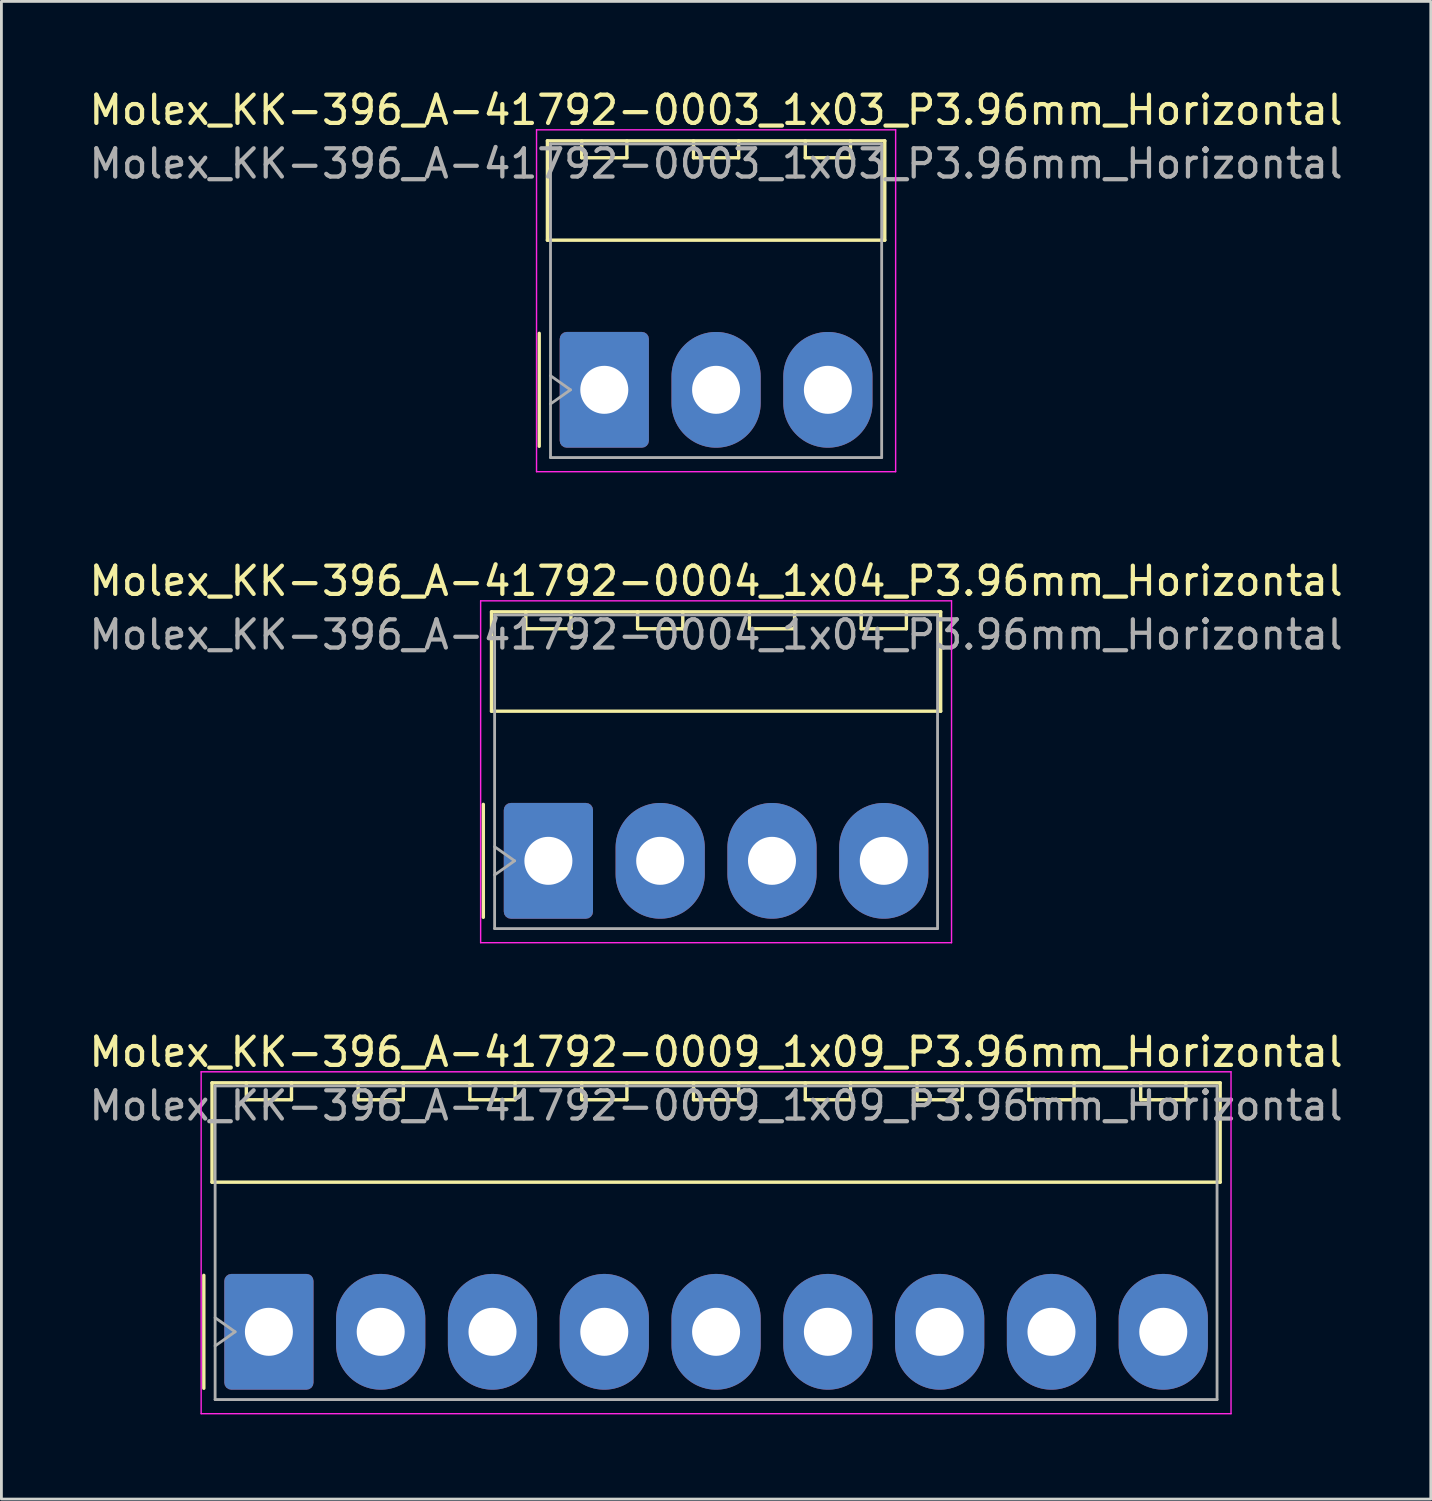
<source format=kicad_pcb>
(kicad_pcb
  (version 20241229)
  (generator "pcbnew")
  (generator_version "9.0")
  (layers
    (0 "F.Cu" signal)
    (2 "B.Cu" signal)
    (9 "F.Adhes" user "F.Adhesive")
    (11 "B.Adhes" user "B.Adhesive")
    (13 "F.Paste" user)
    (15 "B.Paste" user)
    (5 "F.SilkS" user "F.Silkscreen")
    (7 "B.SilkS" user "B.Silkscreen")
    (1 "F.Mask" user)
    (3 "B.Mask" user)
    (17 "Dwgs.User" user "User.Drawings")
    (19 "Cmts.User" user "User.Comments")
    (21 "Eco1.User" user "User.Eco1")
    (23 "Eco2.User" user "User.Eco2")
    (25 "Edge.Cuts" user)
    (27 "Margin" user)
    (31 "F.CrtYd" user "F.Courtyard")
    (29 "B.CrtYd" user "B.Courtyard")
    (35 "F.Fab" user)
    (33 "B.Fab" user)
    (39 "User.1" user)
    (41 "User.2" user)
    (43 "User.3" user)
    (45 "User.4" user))
  (footprint "Molex_KK-396_A-41792-0009_1x09_P3.96mm_Horizontal"
    (layer "F.Cu")
    (at 6.475 44.125)
    (property "Reference" "Molex_KK-396_A-41792-0009_1x09_P3.96mm_Horizontal" (at 15.84 -9.91 0) (layer "F.SilkS") (effects (font (size 1 1) (thickness 0.15))))
    (attr through_hole)
    (fp_line (start -2.305 -2) (end -2.305 2) (stroke (width 0.12) (type solid)) (layer "F.SilkS"))
    (fp_line (start -2.015 -8.82) (end 33.695 -8.82) (stroke (width 0.12) (type solid)) (layer "F.SilkS"))
    (fp_line (start -2.015 -5.3) (end -2.015 -8.82) (stroke (width 0.12) (type solid)) (layer "F.SilkS"))
    (fp_line (start -0.8 -8.82) (end -0.8 -8.22) (stroke (width 0.12) (type solid)) (layer "F.SilkS"))
    (fp_line (start -0.8 -8.22) (end 0.8 -8.22) (stroke (width 0.12) (type solid)) (layer "F.SilkS"))
    (fp_line (start 0.8 -8.22) (end 0.8 -8.82) (stroke (width 0.12) (type solid)) (layer "F.SilkS"))
    (fp_line (start 3.16 -8.82) (end 3.16 -8.22) (stroke (width 0.12) (type solid)) (layer "F.SilkS"))
    (fp_line (start 3.16 -8.22) (end 4.76 -8.22) (stroke (width 0.12) (type solid)) (layer "F.SilkS"))
    (fp_line (start 4.76 -8.22) (end 4.76 -8.82) (stroke (width 0.12) (type solid)) (layer "F.SilkS"))
    (fp_line (start 7.12 -8.82) (end 7.12 -8.22) (stroke (width 0.12) (type solid)) (layer "F.SilkS"))
    (fp_line (start 7.12 -8.22) (end 8.72 -8.22) (stroke (width 0.12) (type solid)) (layer "F.SilkS"))
    (fp_line (start 8.72 -8.22) (end 8.72 -8.82) (stroke (width 0.12) (type solid)) (layer "F.SilkS"))
    (fp_line (start 11.08 -8.82) (end 11.08 -8.22) (stroke (width 0.12) (type solid)) (layer "F.SilkS"))
    (fp_line (start 11.08 -8.22) (end 12.68 -8.22) (stroke (width 0.12) (type solid)) (layer "F.SilkS"))
    (fp_line (start 12.68 -8.22) (end 12.68 -8.82) (stroke (width 0.12) (type solid)) (layer "F.SilkS"))
    (fp_line (start 15.04 -8.82) (end 15.04 -8.22) (stroke (width 0.12) (type solid)) (layer "F.SilkS"))
    (fp_line (start 15.04 -8.22) (end 16.64 -8.22) (stroke (width 0.12) (type solid)) (layer "F.SilkS"))
    (fp_line (start 16.64 -8.22) (end 16.64 -8.82) (stroke (width 0.12) (type solid)) (layer "F.SilkS"))
    (fp_line (start 19 -8.82) (end 19 -8.22) (stroke (width 0.12) (type solid)) (layer "F.SilkS"))
    (fp_line (start 19 -8.22) (end 20.6 -8.22) (stroke (width 0.12) (type solid)) (layer "F.SilkS"))
    (fp_line (start 20.6 -8.22) (end 20.6 -8.82) (stroke (width 0.12) (type solid)) (layer "F.SilkS"))
    (fp_line (start 22.96 -8.82) (end 22.96 -8.22) (stroke (width 0.12) (type solid)) (layer "F.SilkS"))
    (fp_line (start 22.96 -8.22) (end 24.56 -8.22) (stroke (width 0.12) (type solid)) (layer "F.SilkS"))
    (fp_line (start 24.56 -8.22) (end 24.56 -8.82) (stroke (width 0.12) (type solid)) (layer "F.SilkS"))
    (fp_line (start 26.92 -8.82) (end 26.92 -8.22) (stroke (width 0.12) (type solid)) (layer "F.SilkS"))
    (fp_line (start 26.92 -8.22) (end 28.52 -8.22) (stroke (width 0.12) (type solid)) (layer "F.SilkS"))
    (fp_line (start 28.52 -8.22) (end 28.52 -8.82) (stroke (width 0.12) (type solid)) (layer "F.SilkS"))
    (fp_line (start 30.88 -8.82) (end 30.88 -8.22) (stroke (width 0.12) (type solid)) (layer "F.SilkS"))
    (fp_line (start 30.88 -8.22) (end 32.48 -8.22) (stroke (width 0.12) (type solid)) (layer "F.SilkS"))
    (fp_line (start 32.48 -8.22) (end 32.48 -8.82) (stroke (width 0.12) (type solid)) (layer "F.SilkS"))
    (fp_line (start 33.695 -8.82) (end 33.695 -5.3) (stroke (width 0.12) (type solid)) (layer "F.SilkS"))
    (fp_line (start 33.695 -5.3) (end -2.015 -5.3) (stroke (width 0.12) (type solid)) (layer "F.SilkS"))
    (fp_line (start -2.4 -9.21) (end -2.4 2.9) (stroke (width 0.05) (type solid)) (layer "F.CrtYd"))
    (fp_line (start -2.4 2.9) (end 34.08 2.9) (stroke (width 0.05) (type solid)) (layer "F.CrtYd"))
    (fp_line (start 34.08 -9.21) (end -2.4 -9.21) (stroke (width 0.05) (type solid)) (layer "F.CrtYd"))
    (fp_line (start 34.08 2.9) (end 34.08 -9.21) (stroke (width 0.05) (type solid)) (layer "F.CrtYd"))
    (fp_line (start -1.905 -8.71) (end 33.585 -8.71) (stroke (width 0.1) (type solid)) (layer "F.Fab"))
    (fp_line (start -1.905 -0.5) (end -1.198 0) (stroke (width 0.1) (type solid)) (layer "F.Fab"))
    (fp_line (start -1.905 2.4) (end -1.905 -8.71) (stroke (width 0.1) (type solid)) (layer "F.Fab"))
    (fp_line (start -1.198 0) (end -1.905 0.5) (stroke (width 0.1) (type solid)) (layer "F.Fab"))
    (fp_line (start 33.585 -8.71) (end 33.585 2.4) (stroke (width 0.1) (type solid)) (layer "F.Fab"))
    (fp_line (start 33.585 2.4) (end -1.905 2.4) (stroke (width 0.1) (type solid)) (layer "F.Fab"))
    (fp_text user "${REFERENCE}" (at 15.84 -8.01 0) (layer "F.Fab") (effects (font (size 1 1) (thickness 0.15))))
    (pad "1" thru_hole roundrect (at 0 0) (size 3.16 4.1) (drill 1.7) (layers "*.Cu" "*.Mask") (roundrect_rratio 0.079))
    (pad "2" thru_hole oval (at 3.96 0) (size 3.16 4.1) (drill 1.7) (layers "*.Cu" "*.Mask"))
    (pad "3" thru_hole oval (at 7.92 0) (size 3.16 4.1) (drill 1.7) (layers "*.Cu" "*.Mask"))
    (pad "4" thru_hole oval (at 11.88 0) (size 3.16 4.1) (drill 1.7) (layers "*.Cu" "*.Mask"))
    (pad "5" thru_hole oval (at 15.84 0) (size 3.16 4.1) (drill 1.7) (layers "*.Cu" "*.Mask"))
    (pad "6" thru_hole oval (at 19.8 0) (size 3.16 4.1) (drill 1.7) (layers "*.Cu" "*.Mask"))
    (pad "7" thru_hole oval (at 23.76 0) (size 3.16 4.1) (drill 1.7) (layers "*.Cu" "*.Mask"))
    (pad "8" thru_hole oval (at 27.72 0) (size 3.16 4.1) (drill 1.7) (layers "*.Cu" "*.Mask"))
    (pad "9" thru_hole oval (at 31.68 0) (size 3.16 4.1) (drill 1.7) (layers "*.Cu" "*.Mask")))
  (footprint "Molex_KK-396_A-41792-0003_1x03_P3.96mm_Horizontal"
    (layer "F.Cu")
    (at 18.355 10.758)
    (property "Reference" "Molex_KK-396_A-41792-0003_1x03_P3.96mm_Horizontal" (at 3.96 -9.91 0) (layer "F.SilkS") (effects (font (size 1 1) (thickness 0.15))))
    (attr through_hole)
    (fp_line (start -2.305 -2) (end -2.305 2) (stroke (width 0.12) (type solid)) (layer "F.SilkS"))
    (fp_line (start -2.015 -8.82) (end 9.935 -8.82) (stroke (width 0.12) (type solid)) (layer "F.SilkS"))
    (fp_line (start -2.015 -5.3) (end -2.015 -8.82) (stroke (width 0.12) (type solid)) (layer "F.SilkS"))
    (fp_line (start -0.8 -8.82) (end -0.8 -8.22) (stroke (width 0.12) (type solid)) (layer "F.SilkS"))
    (fp_line (start -0.8 -8.22) (end 0.8 -8.22) (stroke (width 0.12) (type solid)) (layer "F.SilkS"))
    (fp_line (start 0.8 -8.22) (end 0.8 -8.82) (stroke (width 0.12) (type solid)) (layer "F.SilkS"))
    (fp_line (start 3.16 -8.82) (end 3.16 -8.22) (stroke (width 0.12) (type solid)) (layer "F.SilkS"))
    (fp_line (start 3.16 -8.22) (end 4.76 -8.22) (stroke (width 0.12) (type solid)) (layer "F.SilkS"))
    (fp_line (start 4.76 -8.22) (end 4.76 -8.82) (stroke (width 0.12) (type solid)) (layer "F.SilkS"))
    (fp_line (start 7.12 -8.82) (end 7.12 -8.22) (stroke (width 0.12) (type solid)) (layer "F.SilkS"))
    (fp_line (start 7.12 -8.22) (end 8.72 -8.22) (stroke (width 0.12) (type solid)) (layer "F.SilkS"))
    (fp_line (start 8.72 -8.22) (end 8.72 -8.82) (stroke (width 0.12) (type solid)) (layer "F.SilkS"))
    (fp_line (start 9.935 -8.82) (end 9.935 -5.3) (stroke (width 0.12) (type solid)) (layer "F.SilkS"))
    (fp_line (start 9.935 -5.3) (end -2.015 -5.3) (stroke (width 0.12) (type solid)) (layer "F.SilkS"))
    (fp_line (start -2.4 -9.21) (end -2.4 2.9) (stroke (width 0.05) (type solid)) (layer "F.CrtYd"))
    (fp_line (start -2.4 2.9) (end 10.32 2.9) (stroke (width 0.05) (type solid)) (layer "F.CrtYd"))
    (fp_line (start 10.32 -9.21) (end -2.4 -9.21) (stroke (width 0.05) (type solid)) (layer "F.CrtYd"))
    (fp_line (start 10.32 2.9) (end 10.32 -9.21) (stroke (width 0.05) (type solid)) (layer "F.CrtYd"))
    (fp_line (start -1.905 -8.71) (end 9.825 -8.71) (stroke (width 0.1) (type solid)) (layer "F.Fab"))
    (fp_line (start -1.905 -0.5) (end -1.198 0) (stroke (width 0.1) (type solid)) (layer "F.Fab"))
    (fp_line (start -1.905 2.4) (end -1.905 -8.71) (stroke (width 0.1) (type solid)) (layer "F.Fab"))
    (fp_line (start -1.198 0) (end -1.905 0.5) (stroke (width 0.1) (type solid)) (layer "F.Fab"))
    (fp_line (start 9.825 -8.71) (end 9.825 2.4) (stroke (width 0.1) (type solid)) (layer "F.Fab"))
    (fp_line (start 9.825 2.4) (end -1.905 2.4) (stroke (width 0.1) (type solid)) (layer "F.Fab"))
    (fp_text user "${REFERENCE}" (at 3.96 -8.01 0) (layer "F.Fab") (effects (font (size 1 1) (thickness 0.15))))
    (pad "1" thru_hole roundrect (at 0 0) (size 3.16 4.1) (drill 1.7) (layers "*.Cu" "*.Mask") (roundrect_rratio 0.079))
    (pad "2" thru_hole oval (at 3.96 0) (size 3.16 4.1) (drill 1.7) (layers "*.Cu" "*.Mask"))
    (pad "3" thru_hole oval (at 7.92 0) (size 3.16 4.1) (drill 1.7) (layers "*.Cu" "*.Mask")))
  (footprint "Molex_KK-396_A-41792-0004_1x04_P3.96mm_Horizontal"
    (layer "F.Cu")
    (at 16.375 27.442)
    (property "Reference" "Molex_KK-396_A-41792-0004_1x04_P3.96mm_Horizontal" (at 5.94 -9.91 0) (layer "F.SilkS") (effects (font (size 1 1) (thickness 0.15))))
    (attr through_hole)
    (fp_line (start -2.305 -2) (end -2.305 2) (stroke (width 0.12) (type solid)) (layer "F.SilkS"))
    (fp_line (start -2.015 -8.82) (end 13.895 -8.82) (stroke (width 0.12) (type solid)) (layer "F.SilkS"))
    (fp_line (start -2.015 -5.3) (end -2.015 -8.82) (stroke (width 0.12) (type solid)) (layer "F.SilkS"))
    (fp_line (start -0.8 -8.82) (end -0.8 -8.22) (stroke (width 0.12) (type solid)) (layer "F.SilkS"))
    (fp_line (start -0.8 -8.22) (end 0.8 -8.22) (stroke (width 0.12) (type solid)) (layer "F.SilkS"))
    (fp_line (start 0.8 -8.22) (end 0.8 -8.82) (stroke (width 0.12) (type solid)) (layer "F.SilkS"))
    (fp_line (start 3.16 -8.82) (end 3.16 -8.22) (stroke (width 0.12) (type solid)) (layer "F.SilkS"))
    (fp_line (start 3.16 -8.22) (end 4.76 -8.22) (stroke (width 0.12) (type solid)) (layer "F.SilkS"))
    (fp_line (start 4.76 -8.22) (end 4.76 -8.82) (stroke (width 0.12) (type solid)) (layer "F.SilkS"))
    (fp_line (start 7.12 -8.82) (end 7.12 -8.22) (stroke (width 0.12) (type solid)) (layer "F.SilkS"))
    (fp_line (start 7.12 -8.22) (end 8.72 -8.22) (stroke (width 0.12) (type solid)) (layer "F.SilkS"))
    (fp_line (start 8.72 -8.22) (end 8.72 -8.82) (stroke (width 0.12) (type solid)) (layer "F.SilkS"))
    (fp_line (start 11.08 -8.82) (end 11.08 -8.22) (stroke (width 0.12) (type solid)) (layer "F.SilkS"))
    (fp_line (start 11.08 -8.22) (end 12.68 -8.22) (stroke (width 0.12) (type solid)) (layer "F.SilkS"))
    (fp_line (start 12.68 -8.22) (end 12.68 -8.82) (stroke (width 0.12) (type solid)) (layer "F.SilkS"))
    (fp_line (start 13.895 -8.82) (end 13.895 -5.3) (stroke (width 0.12) (type solid)) (layer "F.SilkS"))
    (fp_line (start 13.895 -5.3) (end -2.015 -5.3) (stroke (width 0.12) (type solid)) (layer "F.SilkS"))
    (fp_line (start -2.4 -9.21) (end -2.4 2.9) (stroke (width 0.05) (type solid)) (layer "F.CrtYd"))
    (fp_line (start -2.4 2.9) (end 14.28 2.9) (stroke (width 0.05) (type solid)) (layer "F.CrtYd"))
    (fp_line (start 14.28 -9.21) (end -2.4 -9.21) (stroke (width 0.05) (type solid)) (layer "F.CrtYd"))
    (fp_line (start 14.28 2.9) (end 14.28 -9.21) (stroke (width 0.05) (type solid)) (layer "F.CrtYd"))
    (fp_line (start -1.905 -8.71) (end 13.785 -8.71) (stroke (width 0.1) (type solid)) (layer "F.Fab"))
    (fp_line (start -1.905 -0.5) (end -1.198 0) (stroke (width 0.1) (type solid)) (layer "F.Fab"))
    (fp_line (start -1.905 2.4) (end -1.905 -8.71) (stroke (width 0.1) (type solid)) (layer "F.Fab"))
    (fp_line (start -1.198 0) (end -1.905 0.5) (stroke (width 0.1) (type solid)) (layer "F.Fab"))
    (fp_line (start 13.785 -8.71) (end 13.785 2.4) (stroke (width 0.1) (type solid)) (layer "F.Fab"))
    (fp_line (start 13.785 2.4) (end -1.905 2.4) (stroke (width 0.1) (type solid)) (layer "F.Fab"))
    (fp_text user "${REFERENCE}" (at 5.94 -8.01 0) (layer "F.Fab") (effects (font (size 1 1) (thickness 0.15))))
    (pad "1" thru_hole roundrect (at 0 0) (size 3.16 4.1) (drill 1.7) (layers "*.Cu" "*.Mask") (roundrect_rratio 0.079))
    (pad "2" thru_hole oval (at 3.96 0) (size 3.16 4.1) (drill 1.7) (layers "*.Cu" "*.Mask"))
    (pad "3" thru_hole oval (at 7.92 0) (size 3.16 4.1) (drill 1.7) (layers "*.Cu" "*.Mask"))
    (pad "4" thru_hole oval (at 11.88 0) (size 3.16 4.1) (drill 1.7) (layers "*.Cu" "*.Mask")))
  (gr_rect
    (start -3 -3)
    (end 47.631 50.05)
    (stroke (width 0.1) (type default))
    (fill no)
    (layer "Edge.Cuts")))
</source>
